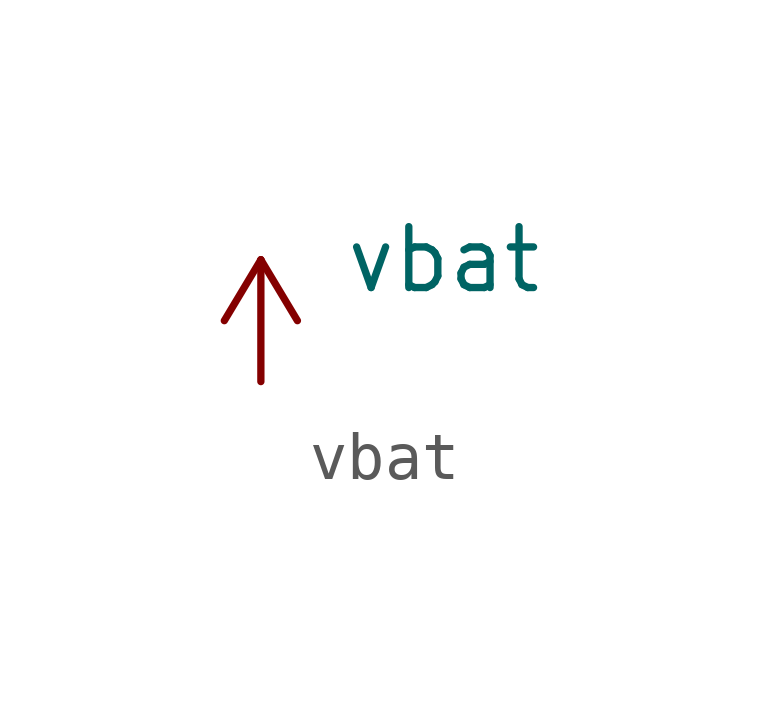
<source format=kicad_sym>
(kicad_symbol_lib
  (version 20201005)
  (generator kicad_symbol_editor)
  (symbol "power:vbat"
    (power)
    (property "Reference" "vbat"
      (at 3.81 1.27 0)
      (effects (font (size 1.27 1.27)) hide))
    (property "Value" "vbat"
      (at 3.81 2.54 0)
      (effects (font (size 1.27 1.27))))
    (symbol "vbat_0_1"
      (polyline (pts (xy -0.762 1.27) (xy 0 2.54)) (stroke (width 0)) (fill (type none)))
      (polyline (pts (xy 0 0) (xy 0 2.54)) (stroke (width 0)) (fill (type none)))
      (polyline (pts (xy 0 2.54) (xy 0.762 1.27)) (stroke (width 0)) (fill (type none))))
    (symbol "vbat_1_1"
      (pin power_in line (at 0 0 90) (length 0) hide (name "VBAT" (effects (font (size 1.27 1.27)))) (number "1" (effects (font (size 1.27 1.27))))))))
</source>
